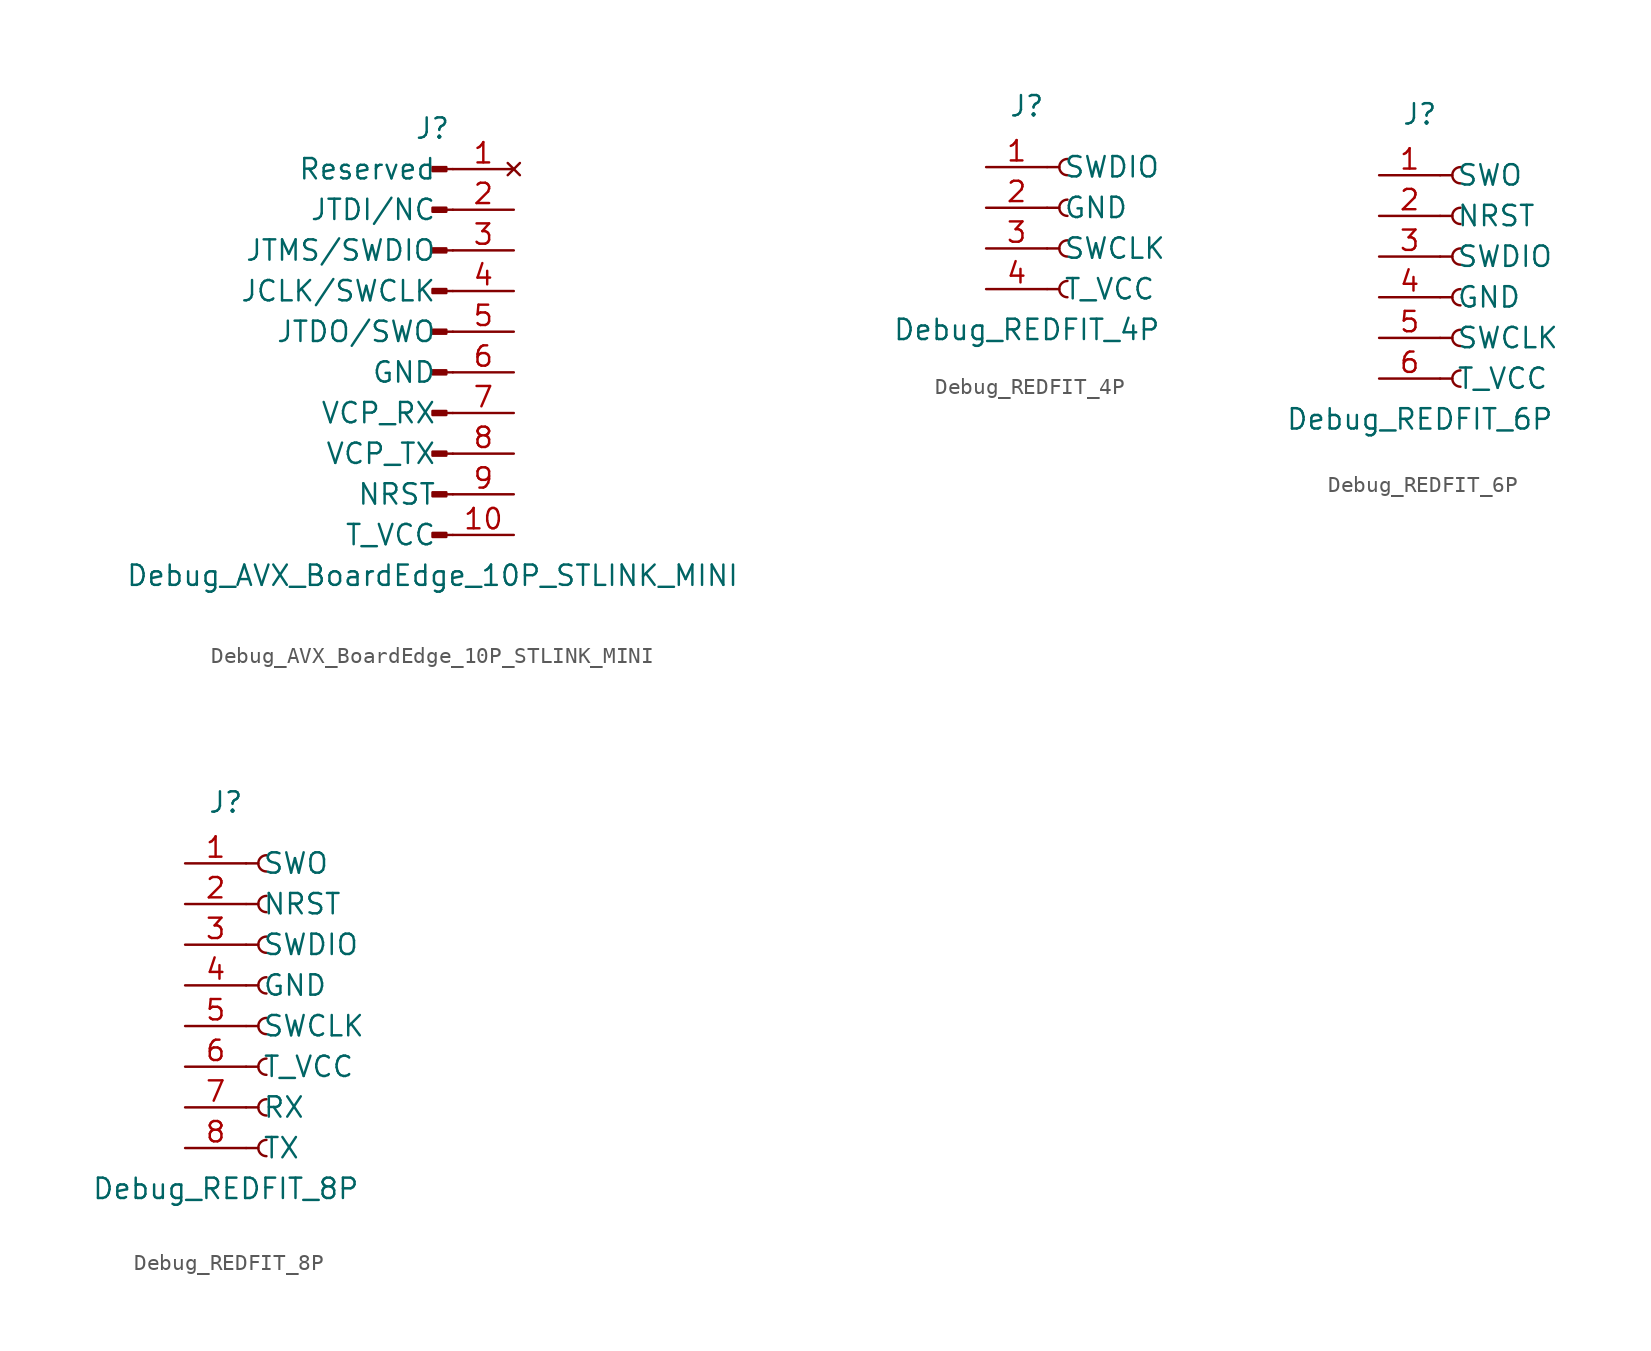
<source format=kicad_sym>
(kicad_symbol_lib
  (version 20220914)
  (generator kicad_symbol_editor)
  (symbol "Debug_AVX_BoardEdge_10P_STLINK_MINI"
    (pin_names
      (offset 1.016))
    (property "Reference" "J"
      (at 0 12.7 0)
      (effects (font (size 1.27 1.27))))
    (property "Value" "Debug_AVX_BoardEdge_10P_STLINK_MINI"
      (at 0 -15.24 0)
      (effects (font (size 1.27 1.27))))
    (symbol "Debug_AVX_BoardEdge_10P_STLINK_MINI_1_1"
      (polyline (pts (xy 1.27 -12.7) (xy 0.864 -12.7)) (stroke (width 0.152) (type default)) (fill (type none)))
      (polyline (pts (xy 1.27 -10.16) (xy 0.864 -10.16)) (stroke (width 0.152) (type default)) (fill (type none)))
      (polyline (pts (xy 1.27 -7.62) (xy 0.864 -7.62)) (stroke (width 0.152) (type default)) (fill (type none)))
      (polyline (pts (xy 1.27 -5.08) (xy 0.864 -5.08)) (stroke (width 0.152) (type default)) (fill (type none)))
      (polyline (pts (xy 1.27 -2.54) (xy 0.864 -2.54)) (stroke (width 0.152) (type default)) (fill (type none)))
      (polyline (pts (xy 1.27 0) (xy 0.864 0)) (stroke (width 0.152) (type default)) (fill (type none)))
      (polyline (pts (xy 1.27 2.54) (xy 0.864 2.54)) (stroke (width 0.152) (type default)) (fill (type none)))
      (polyline (pts (xy 1.27 5.08) (xy 0.864 5.08)) (stroke (width 0.152) (type default)) (fill (type none)))
      (polyline (pts (xy 1.27 7.62) (xy 0.864 7.62)) (stroke (width 0.152) (type default)) (fill (type none)))
      (polyline (pts (xy 1.27 10.16) (xy 0.864 10.16)) (stroke (width 0.152) (type default)) (fill (type none)))
      (rectangle (start 0.864 -12.573) (end 0 -12.827) (stroke (width 0.152) (type default)) (fill (type outline)))
      (rectangle (start 0.864 -10.033) (end 0 -10.287) (stroke (width 0.152) (type default)) (fill (type outline)))
      (rectangle (start 0.864 -7.493) (end 0 -7.747) (stroke (width 0.152) (type default)) (fill (type outline)))
      (rectangle (start 0.864 -4.953) (end 0 -5.207) (stroke (width 0.152) (type default)) (fill (type outline)))
      (rectangle (start 0.864 -2.413) (end 0 -2.667) (stroke (width 0.152) (type default)) (fill (type outline)))
      (rectangle (start 0.864 0.127) (end 0 -0.127) (stroke (width 0.152) (type default)) (fill (type outline)))
      (rectangle (start 0.864 2.667) (end 0 2.413) (stroke (width 0.152) (type default)) (fill (type outline)))
      (rectangle (start 0.864 5.207) (end 0 4.953) (stroke (width 0.152) (type default)) (fill (type outline)))
      (rectangle (start 0.864 7.747) (end 0 7.493) (stroke (width 0.152) (type default)) (fill (type outline)))
      (rectangle (start 0.864 10.287) (end 0 10.033) (stroke (width 0.152) (type default)) (fill (type outline)))
      (pin no_connect line (at 5.08 10.16 180) (length 3.81) (name "Reserved" (effects (font (size 1.27 1.27)))) (number "1" (effects (font (size 1.27 1.27)))))
      (pin passive line (at 5.08 -12.7 180) (length 3.81) (name "T_VCC" (effects (font (size 1.27 1.27)))) (number "10" (effects (font (size 1.27 1.27)))))
      (pin passive line (at 5.08 7.62 180) (length 3.81) (name "JTDI/NC" (effects (font (size 1.27 1.27)))) (number "2" (effects (font (size 1.27 1.27)))))
      (pin passive line (at 5.08 5.08 180) (length 3.81) (name "JTMS/SWDIO" (effects (font (size 1.27 1.27)))) (number "3" (effects (font (size 1.27 1.27)))))
      (pin passive line (at 5.08 2.54 180) (length 3.81) (name "JCLK/SWCLK" (effects (font (size 1.27 1.27)))) (number "4" (effects (font (size 1.27 1.27)))))
      (pin passive line (at 5.08 0 180) (length 3.81) (name "JTDO/SWO" (effects (font (size 1.27 1.27)))) (number "5" (effects (font (size 1.27 1.27)))))
      (pin passive line (at 5.08 -2.54 180) (length 3.81) (name "GND" (effects (font (size 1.27 1.27)))) (number "6" (effects (font (size 1.27 1.27)))))
      (pin passive line (at 5.08 -5.08 180) (length 3.81) (name "VCP_RX" (effects (font (size 1.27 1.27)))) (number "7" (effects (font (size 1.27 1.27)))))
      (pin passive line (at 5.08 -7.62 180) (length 3.81) (name "VCP_TX" (effects (font (size 1.27 1.27)))) (number "8" (effects (font (size 1.27 1.27)))))
      (pin passive line (at 5.08 -10.16 180) (length 3.81) (name "NRST" (effects (font (size 1.27 1.27)))) (number "9" (effects (font (size 1.27 1.27)))))))
  (symbol "Debug_REDFIT_4P"
    (pin_names
      (offset 1.016))
    (property "Reference" "J"
      (at -2.54 6.35 0)
      (effects (font (size 1.27 1.27))))
    (property "Value" "Debug_REDFIT_4P"
      (at -2.54 -7.62 0)
      (effects (font (size 1.27 1.27))))
    (symbol "Debug_REDFIT_4P_1_1"
      (arc (start 0 -4.572) (mid -0.5058 -5.08) (end 0 -5.588) (stroke (width 0.1524) (type default)) (fill (type none)))
      (arc (start 0 -2.032) (mid -0.5058 -2.54) (end 0 -3.048) (stroke (width 0.1524) (type default)) (fill (type none)))
      (polyline (pts (xy -1.27 -5.08) (xy -0.508 -5.08)) (stroke (width 0.152) (type default)) (fill (type none)))
      (polyline (pts (xy -1.27 -2.54) (xy -0.508 -2.54)) (stroke (width 0.152) (type default)) (fill (type none)))
      (polyline (pts (xy -1.27 0) (xy -0.508 0)) (stroke (width 0.152) (type default)) (fill (type none)))
      (polyline (pts (xy -1.27 2.54) (xy -0.508 2.54)) (stroke (width 0.152) (type default)) (fill (type none)))
      (arc (start 0 0.508) (mid -0.5058 0) (end 0 -0.508) (stroke (width 0.1524) (type default)) (fill (type none)))
      (arc (start 0 3.048) (mid -0.5058 2.54) (end 0 2.032) (stroke (width 0.1524) (type default)) (fill (type none)))
      (pin passive line (at -5.08 2.54 0) (length 3.81) (name "SWDIO" (effects (font (size 1.27 1.27)))) (number "1" (effects (font (size 1.27 1.27)))))
      (pin passive line (at -5.08 0 0) (length 3.81) (name "GND" (effects (font (size 1.27 1.27)))) (number "2" (effects (font (size 1.27 1.27)))))
      (pin passive line (at -5.08 -2.54 0) (length 3.81) (name "SWCLK" (effects (font (size 1.27 1.27)))) (number "3" (effects (font (size 1.27 1.27)))))
      (pin passive line (at -5.08 -5.08 0) (length 3.81) (name "T_VCC" (effects (font (size 1.27 1.27)))) (number "4" (effects (font (size 1.27 1.27)))))))
  (symbol "Debug_REDFIT_6P"
    (pin_names
      (offset 1.016))
    (property "Reference" "J"
      (at -2.54 8.89 0)
      (effects (font (size 1.27 1.27))))
    (property "Value" "Debug_REDFIT_6P"
      (at -2.54 -10.16 0)
      (effects (font (size 1.27 1.27))))
    (symbol "Debug_REDFIT_6P_1_1"
      (arc (start 0 -7.112) (mid -0.5058 -7.62) (end 0 -8.128) (stroke (width 0.1524) (type default)) (fill (type none)))
      (arc (start 0 -4.572) (mid -0.5058 -5.08) (end 0 -5.588) (stroke (width 0.1524) (type default)) (fill (type none)))
      (arc (start 0 -2.032) (mid -0.5058 -2.54) (end 0 -3.048) (stroke (width 0.1524) (type default)) (fill (type none)))
      (polyline (pts (xy -1.27 -7.62) (xy -0.508 -7.62)) (stroke (width 0.152) (type default)) (fill (type none)))
      (polyline (pts (xy -1.27 -5.08) (xy -0.508 -5.08)) (stroke (width 0.152) (type default)) (fill (type none)))
      (polyline (pts (xy -1.27 -2.54) (xy -0.508 -2.54)) (stroke (width 0.152) (type default)) (fill (type none)))
      (polyline (pts (xy -1.27 0) (xy -0.508 0)) (stroke (width 0.152) (type default)) (fill (type none)))
      (polyline (pts (xy -1.27 2.54) (xy -0.508 2.54)) (stroke (width 0.152) (type default)) (fill (type none)))
      (polyline (pts (xy -1.27 5.08) (xy -0.508 5.08)) (stroke (width 0.152) (type default)) (fill (type none)))
      (arc (start 0 0.508) (mid -0.5058 0) (end 0 -0.508) (stroke (width 0.1524) (type default)) (fill (type none)))
      (arc (start 0 3.048) (mid -0.5058 2.54) (end 0 2.032) (stroke (width 0.1524) (type default)) (fill (type none)))
      (arc (start 0 5.588) (mid -0.5058 5.08) (end 0 4.572) (stroke (width 0.1524) (type default)) (fill (type none)))
      (pin passive line (at -5.08 5.08 0) (length 3.81) (name "SWO" (effects (font (size 1.27 1.27)))) (number "1" (effects (font (size 1.27 1.27)))))
      (pin passive line (at -5.08 2.54 0) (length 3.81) (name "NRST" (effects (font (size 1.27 1.27)))) (number "2" (effects (font (size 1.27 1.27)))))
      (pin passive line (at -5.08 0 0) (length 3.81) (name "SWDIO" (effects (font (size 1.27 1.27)))) (number "3" (effects (font (size 1.27 1.27)))))
      (pin passive line (at -5.08 -2.54 0) (length 3.81) (name "GND" (effects (font (size 1.27 1.27)))) (number "4" (effects (font (size 1.27 1.27)))))
      (pin passive line (at -5.08 -5.08 0) (length 3.81) (name "SWCLK" (effects (font (size 1.27 1.27)))) (number "5" (effects (font (size 1.27 1.27)))))
      (pin passive line (at -5.08 -7.62 0) (length 3.81) (name "T_VCC" (effects (font (size 1.27 1.27)))) (number "6" (effects (font (size 1.27 1.27)))))))
  (symbol "Debug_REDFIT_8P"
    (pin_names
      (offset 1.016))
    (property "Reference" "J"
      (at -2.54 11.43 0)
      (effects (font (size 1.27 1.27))))
    (property "Value" "Debug_REDFIT_8P"
      (at -2.54 -12.7 0)
      (effects (font (size 1.27 1.27))))
    (symbol "Debug_REDFIT_8P_1_1"
      (arc (start 0 -9.652) (mid -0.5058 -10.16) (end 0 -10.668) (stroke (width 0.1524) (type default)) (fill (type none)))
      (arc (start 0 -7.112) (mid -0.5058 -7.62) (end 0 -8.128) (stroke (width 0.1524) (type default)) (fill (type none)))
      (arc (start 0 -4.572) (mid -0.5058 -5.08) (end 0 -5.588) (stroke (width 0.1524) (type default)) (fill (type none)))
      (arc (start 0 -2.032) (mid -0.5058 -2.54) (end 0 -3.048) (stroke (width 0.1524) (type default)) (fill (type none)))
      (polyline (pts (xy -1.27 -10.16) (xy -0.508 -10.16)) (stroke (width 0.152) (type default)) (fill (type none)))
      (polyline (pts (xy -1.27 -7.62) (xy -0.508 -7.62)) (stroke (width 0.152) (type default)) (fill (type none)))
      (polyline (pts (xy -1.27 -5.08) (xy -0.508 -5.08)) (stroke (width 0.152) (type default)) (fill (type none)))
      (polyline (pts (xy -1.27 -2.54) (xy -0.508 -2.54)) (stroke (width 0.152) (type default)) (fill (type none)))
      (polyline (pts (xy -1.27 0) (xy -0.508 0)) (stroke (width 0.152) (type default)) (fill (type none)))
      (polyline (pts (xy -1.27 2.54) (xy -0.508 2.54)) (stroke (width 0.152) (type default)) (fill (type none)))
      (polyline (pts (xy -1.27 5.08) (xy -0.508 5.08)) (stroke (width 0.152) (type default)) (fill (type none)))
      (polyline (pts (xy -1.27 7.62) (xy -0.508 7.62)) (stroke (width 0.152) (type default)) (fill (type none)))
      (arc (start 0 0.508) (mid -0.5058 0) (end 0 -0.508) (stroke (width 0.1524) (type default)) (fill (type none)))
      (arc (start 0 3.048) (mid -0.5058 2.54) (end 0 2.032) (stroke (width 0.1524) (type default)) (fill (type none)))
      (arc (start 0 5.588) (mid -0.5058 5.08) (end 0 4.572) (stroke (width 0.1524) (type default)) (fill (type none)))
      (arc (start 0 8.128) (mid -0.5058 7.62) (end 0 7.112) (stroke (width 0.1524) (type default)) (fill (type none)))
      (pin passive line (at -5.08 7.62 0) (length 3.81) (name "SWO" (effects (font (size 1.27 1.27)))) (number "1" (effects (font (size 1.27 1.27)))))
      (pin passive line (at -5.08 5.08 0) (length 3.81) (name "NRST" (effects (font (size 1.27 1.27)))) (number "2" (effects (font (size 1.27 1.27)))))
      (pin passive line (at -5.08 2.54 0) (length 3.81) (name "SWDIO" (effects (font (size 1.27 1.27)))) (number "3" (effects (font (size 1.27 1.27)))))
      (pin passive line (at -5.08 0 0) (length 3.81) (name "GND" (effects (font (size 1.27 1.27)))) (number "4" (effects (font (size 1.27 1.27)))))
      (pin passive line (at -5.08 -2.54 0) (length 3.81) (name "SWCLK" (effects (font (size 1.27 1.27)))) (number "5" (effects (font (size 1.27 1.27)))))
      (pin passive line (at -5.08 -5.08 0) (length 3.81) (name "T_VCC" (effects (font (size 1.27 1.27)))) (number "6" (effects (font (size 1.27 1.27)))))
      (pin passive line (at -5.08 -7.62 0) (length 3.81) (name "RX" (effects (font (size 1.27 1.27)))) (number "7" (effects (font (size 1.27 1.27)))))
      (pin passive line (at -5.08 -10.16 0) (length 3.81) (name "TX" (effects (font (size 1.27 1.27)))) (number "8" (effects (font (size 1.27 1.27))))))))
</source>
